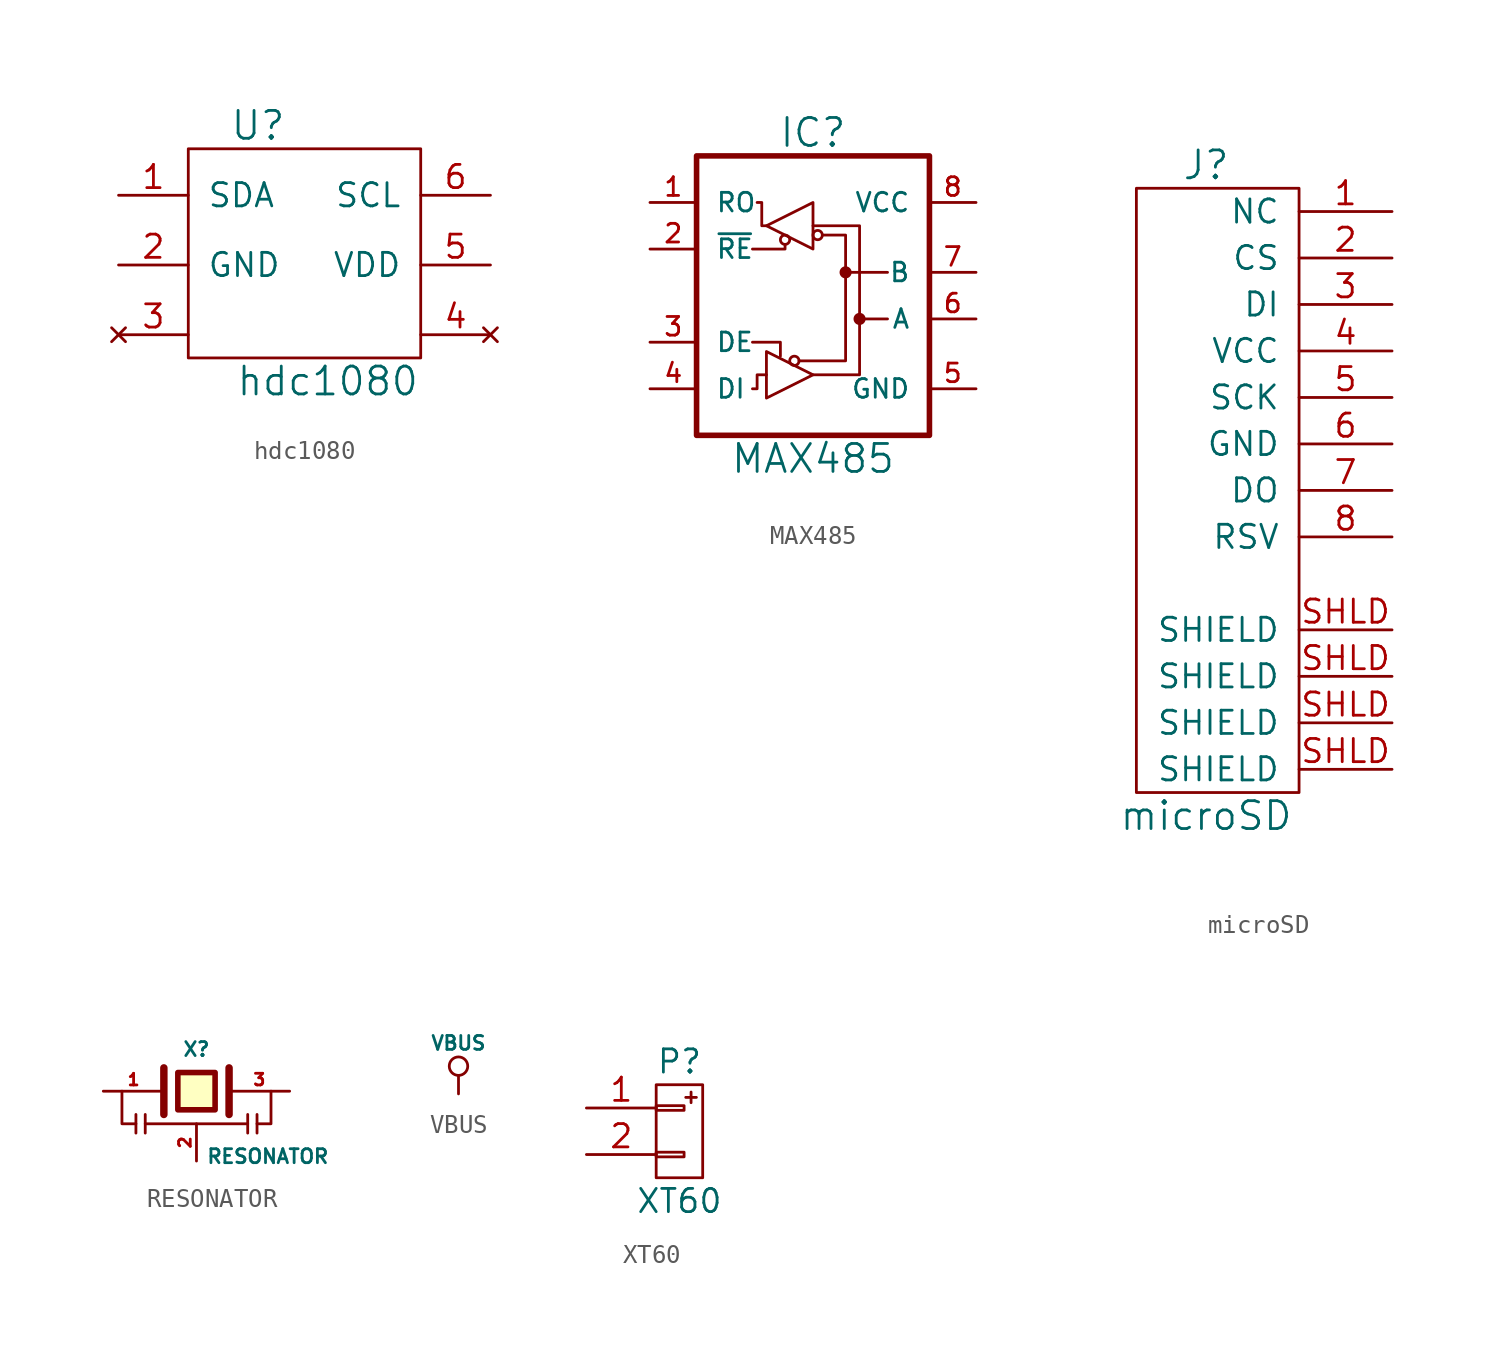
<source format=kicad_sym>
(kicad_symbol_lib
  (version 20211014)
  (generator kicad_symbol_editor)
  (symbol "hdc1080"
    (pin_names
      (offset 1.016))
    (property "Reference" "U"
      (at -1.27 7.62 0)
      (effects (font (size 1.524 1.524))))
    (property "Value" "hdc1080"
      (at 2.54 -6.35 0)
      (effects (font (size 1.524 1.524))))
    (symbol "hdc1080_0_1"
      (rectangle (start -5.08 6.35) (end 7.62 -5.08) (stroke (width 0) (type default) (color 0 0 0 0)) (fill (type none))))
    (symbol "hdc1080_1_1"
      (pin bidirectional line (at -8.89 3.81 0) (length 3.81) (name "SDA" (effects (font (size 1.27 1.27)))) (number "1" (effects (font (size 1.27 1.27)))))
      (pin power_in line (at -8.89 0 0) (length 3.81) (name "GND" (effects (font (size 1.27 1.27)))) (number "2" (effects (font (size 1.27 1.27)))))
      (pin no_connect line (at -8.89 -3.81 0) (length 3.81) (name "~" (effects (font (size 1.27 1.27)))) (number "3" (effects (font (size 1.27 1.27)))))
      (pin no_connect line (at 11.43 -3.81 180) (length 3.81) (name "~" (effects (font (size 1.27 1.27)))) (number "4" (effects (font (size 1.27 1.27)))))
      (pin power_in line (at 11.43 0 180) (length 3.81) (name "VDD" (effects (font (size 1.27 1.27)))) (number "5" (effects (font (size 1.27 1.27)))))
      (pin input line (at 11.43 3.81 180) (length 3.81) (name "SCL" (effects (font (size 1.27 1.27)))) (number "6" (effects (font (size 1.27 1.27)))))
      (pin no_connect line (at 0 -2.54 0) (length 3.81) hide (name "DIEPAD" (effects (font (size 1.27 1.27)))) (number "7" (effects (font (size 1.27 1.27)))))))
  (symbol "MAX485"
    (pin_names
      (offset 1.016))
    (property "Reference" "IC"
      (at 0 8.89 0)
      (effects (font (size 1.524 1.524))))
    (property "Value" "MAX485"
      (at 0 -8.89 0)
      (effects (font (size 1.524 1.524))))
    (property "Footprint" ""
      (at 0 0 0)
      (effects (font (size 1.524 1.524))))
    (property "Datasheet" ""
      (at 0 0 0)
      (effects (font (size 1.524 1.524))))
    (symbol "MAX485_0_1"
      (rectangle (start -6.35 7.62) (end 6.35 -7.62) (stroke (width 0.305) (type default) (color 0 0 0 0)) (fill (type none)))
      (circle (center -1.524 3.048) (radius 0.254) (stroke (width 0) (type default) (color 0 0 0 0)) (fill (type none)))
      (circle (center -1.016 -3.556) (radius 0.254) (stroke (width 0) (type default) (color 0 0 0 0)) (fill (type none)))
      (polyline (pts (xy 1.778 1.27) (xy 4.064 1.27)) (stroke (width 0) (type default) (color 0 0 0 0)) (fill (type none)))
      (polyline (pts (xy 2.54 -1.27) (xy 4.064 -1.27)) (stroke (width 0) (type default) (color 0 0 0 0)) (fill (type none)))
      (polyline (pts (xy -3.302 -2.54) (xy -1.778 -2.54) (xy -1.778 -3.302)) (stroke (width 0) (type default) (color 0 0 0 0)) (fill (type none)))
      (polyline (pts (xy -3.302 2.54) (xy -1.524 2.54) (xy -1.524 2.794)) (stroke (width 0) (type default) (color 0 0 0 0)) (fill (type none)))
      (polyline (pts (xy -3.302 -5.08) (xy -3.048 -5.08) (xy -3.048 -4.318) (xy -2.54 -4.318)) (stroke (width 0) (type default) (color 0 0 0 0)) (fill (type none)))
      (polyline (pts (xy -2.54 -5.588) (xy -2.54 -3.048) (xy 0 -4.318) (xy -2.54 -5.588)) (stroke (width 0) (type default) (color 0 0 0 0)) (fill (type none)))
      (polyline (pts (xy -2.54 3.81) (xy -2.794 3.81) (xy -2.794 5.08) (xy -3.048 5.08)) (stroke (width 0) (type default) (color 0 0 0 0)) (fill (type none)))
      (polyline (pts (xy 0 3.81) (xy 2.54 3.81) (xy 2.54 -4.318) (xy 0 -4.318)) (stroke (width 0) (type default) (color 0 0 0 0)) (fill (type none)))
      (polyline (pts (xy 0 5.08) (xy 0 2.54) (xy -2.54 3.81) (xy 0 5.08)) (stroke (width 0) (type default) (color 0 0 0 0)) (fill (type none)))
      (polyline (pts (xy 0.508 3.302) (xy 1.778 3.302) (xy 1.778 -3.556) (xy -0.762 -3.556)) (stroke (width 0) (type default) (color 0 0 0 0)) (fill (type none)))
      (circle (center 0.254 3.302) (radius 0.254) (stroke (width 0) (type default) (color 0 0 0 0)) (fill (type none)))
      (circle (center 1.778 1.27) (radius 0.254) (stroke (width 0) (type default) (color 0 0 0 0)) (fill (type outline)))
      (circle (center 2.54 -1.27) (radius 0.254) (stroke (width 0) (type default) (color 0 0 0 0)) (fill (type outline))))
    (symbol "MAX485_1_1"
      (pin output line (at -8.89 5.08 0) (length 2.54) (name "RO" (effects (font (size 1.016 1.016)))) (number "1" (effects (font (size 1.016 1.016)))))
      (pin input line (at -8.89 2.54 0) (length 2.54) (name "~{RE}" (effects (font (size 1.016 1.016)))) (number "2" (effects (font (size 1.016 1.016)))))
      (pin input line (at -8.89 -2.54 0) (length 2.54) (name "DE" (effects (font (size 1.016 1.016)))) (number "3" (effects (font (size 1.016 1.016)))))
      (pin input line (at -8.89 -5.08 0) (length 2.54) (name "DI" (effects (font (size 1.016 1.016)))) (number "4" (effects (font (size 1.016 1.016)))))
      (pin power_in line (at 8.89 -5.08 180) (length 2.54) (name "GND" (effects (font (size 1.016 1.016)))) (number "5" (effects (font (size 1.016 1.016)))))
      (pin output line (at 8.89 -1.27 180) (length 2.54) (name "A" (effects (font (size 1.016 1.016)))) (number "6" (effects (font (size 1.016 1.016)))))
      (pin output line (at 8.89 1.27 180) (length 2.54) (name "B" (effects (font (size 1.016 1.016)))) (number "7" (effects (font (size 1.016 1.016)))))
      (pin power_in line (at 8.89 5.08 180) (length 2.54) (name "VCC" (effects (font (size 1.016 1.016)))) (number "8" (effects (font (size 1.016 1.016)))))))
  (symbol "microSD"
    (pin_names
      (offset 1.016))
    (property "Reference" "J"
      (at -5.08 17.78 0)
      (effects (font (size 1.524 1.524))))
    (property "Value" "microSD"
      (at -5.08 -17.78 0)
      (effects (font (size 1.524 1.524))))
    (property "Footprint" ""
      (at 2.54 3.81 0)
      (effects (font (size 1.524 1.524))))
    (property "Datasheet" ""
      (at 2.54 3.81 0)
      (effects (font (size 1.524 1.524))))
    (symbol "microSD_0_1"
      (rectangle (start 0 16.51) (end -8.89 -16.51) (stroke (width 0) (type default) (color 0 0 0 0)) (fill (type none))))
    (symbol "microSD_1_1"
      (pin bidirectional line (at 5.08 15.24 180) (length 5.08) (name "NC" (effects (font (size 1.27 1.27)))) (number "1" (effects (font (size 1.27 1.27)))))
      (pin bidirectional line (at 5.08 12.7 180) (length 5.08) (name "CS" (effects (font (size 1.27 1.27)))) (number "2" (effects (font (size 1.27 1.27)))))
      (pin bidirectional line (at 5.08 10.16 180) (length 5.08) (name "DI" (effects (font (size 1.27 1.27)))) (number "3" (effects (font (size 1.27 1.27)))))
      (pin bidirectional line (at 5.08 7.62 180) (length 5.08) (name "VCC" (effects (font (size 1.27 1.27)))) (number "4" (effects (font (size 1.27 1.27)))))
      (pin bidirectional line (at 5.08 5.08 180) (length 5.08) (name "SCK" (effects (font (size 1.27 1.27)))) (number "5" (effects (font (size 1.27 1.27)))))
      (pin bidirectional line (at 5.08 2.54 180) (length 5.08) (name "GND" (effects (font (size 1.27 1.27)))) (number "6" (effects (font (size 1.27 1.27)))))
      (pin bidirectional line (at 5.08 0 180) (length 5.08) (name "DO" (effects (font (size 1.27 1.27)))) (number "7" (effects (font (size 1.27 1.27)))))
      (pin bidirectional line (at 5.08 -2.54 180) (length 5.08) (name "RSV" (effects (font (size 1.27 1.27)))) (number "8" (effects (font (size 1.27 1.27)))))
      (pin bidirectional line (at 5.08 -15.24 180) (length 5.08) (name "SHIELD" (effects (font (size 1.27 1.27)))) (number "SHLD" (effects (font (size 1.27 1.27)))))
      (pin bidirectional line (at 5.08 -12.7 180) (length 5.08) (name "SHIELD" (effects (font (size 1.27 1.27)))) (number "SHLD" (effects (font (size 1.27 1.27)))))
      (pin bidirectional line (at 5.08 -10.16 180) (length 5.08) (name "SHIELD" (effects (font (size 1.27 1.27)))) (number "SHLD" (effects (font (size 1.27 1.27)))))
      (pin bidirectional line (at 5.08 -7.62 180) (length 5.08) (name "SHIELD" (effects (font (size 1.27 1.27)))) (number "SHLD" (effects (font (size 1.27 1.27)))))))
  (symbol "RESONATOR"
    (pin_names
      (offset 1.016) hide)
    (property "Reference" "X"
      (at 0 2.286 0)
      (effects (font (size 0.762 0.762))))
    (property "Value" "RESONATOR"
      (at 0.508 -3.556 0)
      (effects (font (size 0.762 0.762)) (justify left)))
    (property "Footprint" ""
      (at 0 0 0)
      (effects (font (size 1.524 1.524))))
    (property "Datasheet" ""
      (at 0 0 0)
      (effects (font (size 1.524 1.524))))
    (symbol "RESONATOR_0_1"
      (polyline (pts (xy -3.302 -1.27) (xy -3.302 -2.286)) (stroke (width 0) (type default) (color 0 0 0 0)) (fill (type none)))
      (polyline (pts (xy -2.794 -1.778) (xy 2.794 -1.778)) (stroke (width 0) (type default) (color 0 0 0 0)) (fill (type none)))
      (polyline (pts (xy -2.794 -1.27) (xy -2.794 -2.286)) (stroke (width 0) (type default) (color 0 0 0 0)) (fill (type none)))
      (polyline (pts (xy -1.778 1.27) (xy -1.778 -1.27)) (stroke (width 0.406) (type default) (color 0 0 0 0)) (fill (type none)))
      (polyline (pts (xy 1.778 1.27) (xy 1.778 -1.27)) (stroke (width 0.406) (type default) (color 0 0 0 0)) (fill (type none)))
      (polyline (pts (xy 2.794 -1.27) (xy 2.794 -2.286)) (stroke (width 0) (type default) (color 0 0 0 0)) (fill (type none)))
      (polyline (pts (xy 3.302 -1.27) (xy 3.302 -2.286)) (stroke (width 0) (type default) (color 0 0 0 0)) (fill (type none)))
      (polyline (pts (xy -3.302 -1.778) (xy -4.064 -1.778) (xy -4.064 0)) (stroke (width 0) (type default) (color 0 0 0 0)) (fill (type none)))
      (polyline (pts (xy 3.302 -1.778) (xy 4.064 -1.778) (xy 4.064 0)) (stroke (width 0) (type default) (color 0 0 0 0)) (fill (type none)))
      (polyline (pts (xy -1.016 1.016) (xy 1.016 1.016) (xy 1.016 -1.016) (xy -1.016 -1.016) (xy -1.016 1.016)) (stroke (width 0.305) (type default) (color 0 0 0 0)) (fill (type background))))
    (symbol "RESONATOR_1_1"
      (pin passive line (at -5.08 0 0) (length 3.302) (name "1" (effects (font (size 0.508 0.508)))) (number "1" (effects (font (size 0.635 0.635)))))
      (pin passive line (at 0 -3.81 90) (length 2.032) (name "gnd" (effects (font (size 0.508 0.508)))) (number "2" (effects (font (size 0.635 0.635)))))
      (pin passive line (at 5.08 0 180) (length 3.302) (name "3" (effects (font (size 0.508 0.508)))) (number "3" (effects (font (size 0.635 0.635)))))))
  (symbol "VBUS"
    (power)
    (pin_names
      (offset 0))
    (property "Reference" "#PWR"
      (at 0 -1.016 0)
      (effects (font (size 0.762 0.762)) hide))
    (property "Value" "VBUS"
      (at 0 2.794 0)
      (effects (font (size 0.762 0.762))))
    (property "Footprint" ""
      (at 0 0 0)
      (effects (font (size 1.524 1.524))))
    (property "Datasheet" ""
      (at 0 0 0)
      (effects (font (size 1.524 1.524))))
    (symbol "VBUS_0_0"
      (pin power_in line (at 0 0 90) (length 0) hide (name "VBUS" (effects (font (size 0.762 0.762)))) (number "1" (effects (font (size 0.762 0.762))))))
    (symbol "VBUS_0_1"
      (polyline (pts (xy 0 0) (xy 0 1.016) (xy 0 1.016)) (stroke (width 0) (type default) (color 0 0 0 0)) (fill (type none)))
      (circle (center 0 1.524) (radius 0.508) (stroke (width 0) (type default) (color 0 0 0 0)) (fill (type none)))))
  (symbol "XT60"
    (pin_names
      (offset 1.016) hide)
    (property "Reference" "P"
      (at 0 3.81 0)
      (effects (font (size 1.27 1.27))))
    (property "Value" "XT60"
      (at 0 -3.81 0)
      (effects (font (size 1.27 1.27))))
    (property "Footprint" ""
      (at 0 0 0)
      (effects (font (size 1.524 1.524))))
    (property "Datasheet" ""
      (at 0 0 0)
      (effects (font (size 1.524 1.524))))
    (symbol "XT60_0_0"
      (text "+" (at 0.635 1.905 0) (effects (font (size 0.762 0.762)))))
    (symbol "XT60_0_1"
      (rectangle (start -1.27 -1.143) (end 0.254 -1.397) (stroke (width 0) (type default) (color 0 0 0 0)) (fill (type none)))
      (rectangle (start -1.27 1.397) (end 0.254 1.143) (stroke (width 0) (type default) (color 0 0 0 0)) (fill (type none)))
      (rectangle (start -1.27 2.54) (end 1.27 -2.54) (stroke (width 0) (type default) (color 0 0 0 0)) (fill (type none))))
    (symbol "XT60_1_1"
      (pin passive line (at -5.08 1.27 0) (length 3.81) (name "P1" (effects (font (size 1.27 1.27)))) (number "1" (effects (font (size 1.27 1.27)))))
      (pin passive line (at -5.08 -1.27 0) (length 3.81) (name "P2" (effects (font (size 1.27 1.27)))) (number "2" (effects (font (size 1.27 1.27))))))))
</source>
